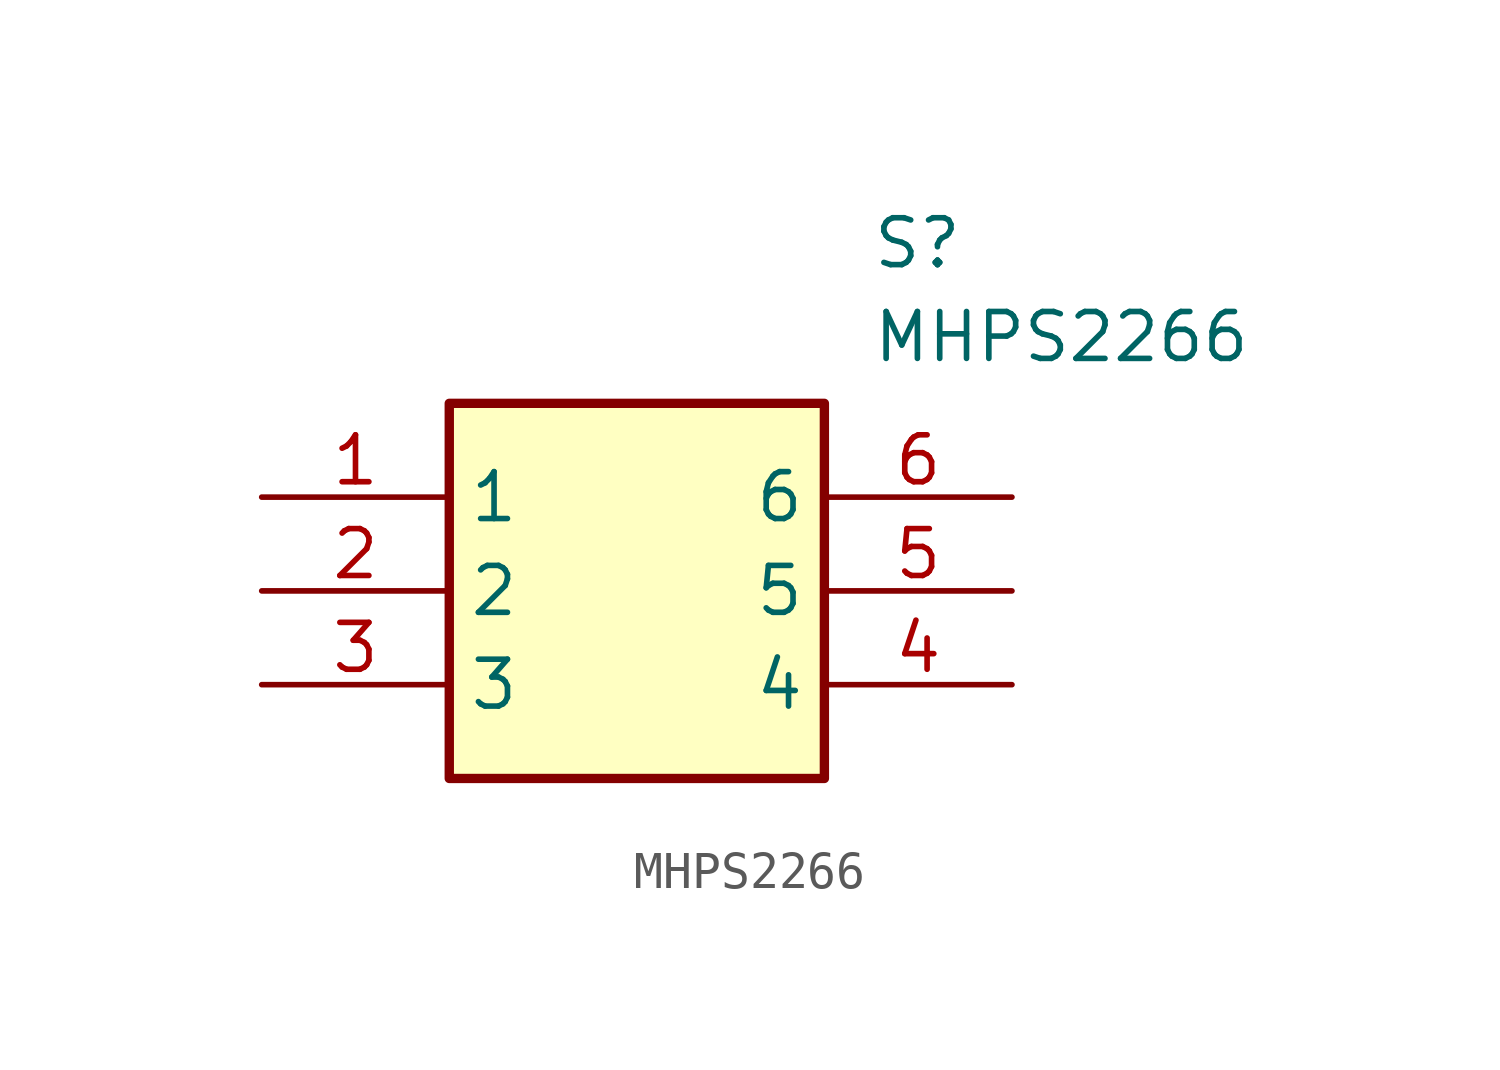
<source format=kicad_sym>
(kicad_symbol_lib
  (version 20211014)
  (generator SamacSys_ECAD_Model)
  (symbol "MHPS2266"
    (property "Reference" "S"
      (at 16.51 7.62 0)
      (effects (font (size 1.27 1.27)) (justify left top)))
    (property "Value" "MHPS2266"
      (at 16.51 5.08 0)
      (effects (font (size 1.27 1.27)) (justify left top)))
    (rectangle
      (start 5.08 2.54)
      (end 15.24 -7.62)
      (stroke (width 0.254) (type default))
      (fill (type background)))
    (pin passive line
      (at 0 0 0)
      (length 5.08)
      (name "1" (effects (font (size 1.27 1.27))))
      (number "1" (effects (font (size 1.27 1.27)))))
    (pin passive line
      (at 0 -2.54 0)
      (length 5.08)
      (name "2" (effects (font (size 1.27 1.27))))
      (number "2" (effects (font (size 1.27 1.27)))))
    (pin passive line
      (at 0 -5.08 0)
      (length 5.08)
      (name "3" (effects (font (size 1.27 1.27))))
      (number "3" (effects (font (size 1.27 1.27)))))
    (pin passive line
      (at 20.32 0 180)
      (length 5.08)
      (name "6" (effects (font (size 1.27 1.27))))
      (number "6" (effects (font (size 1.27 1.27)))))
    (pin passive line
      (at 20.32 -2.54 180)
      (length 5.08)
      (name "5" (effects (font (size 1.27 1.27))))
      (number "5" (effects (font (size 1.27 1.27)))))
    (pin passive line
      (at 20.32 -5.08 180)
      (length 5.08)
      (name "4" (effects (font (size 1.27 1.27))))
      (number "4" (effects (font (size 1.27 1.27)))))))
</source>
